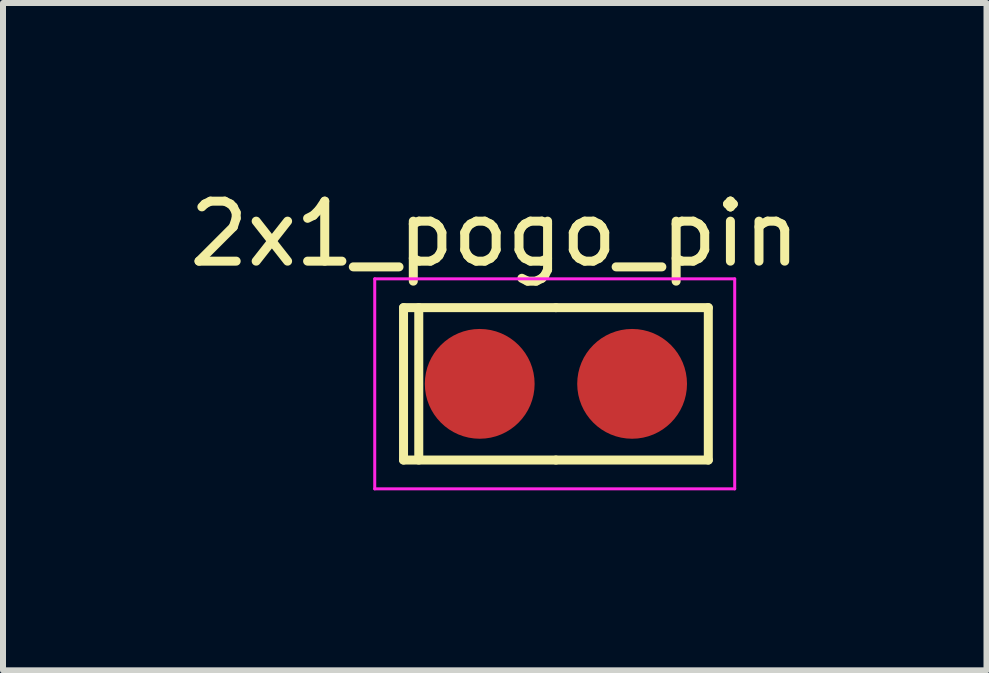
<source format=kicad_pcb>
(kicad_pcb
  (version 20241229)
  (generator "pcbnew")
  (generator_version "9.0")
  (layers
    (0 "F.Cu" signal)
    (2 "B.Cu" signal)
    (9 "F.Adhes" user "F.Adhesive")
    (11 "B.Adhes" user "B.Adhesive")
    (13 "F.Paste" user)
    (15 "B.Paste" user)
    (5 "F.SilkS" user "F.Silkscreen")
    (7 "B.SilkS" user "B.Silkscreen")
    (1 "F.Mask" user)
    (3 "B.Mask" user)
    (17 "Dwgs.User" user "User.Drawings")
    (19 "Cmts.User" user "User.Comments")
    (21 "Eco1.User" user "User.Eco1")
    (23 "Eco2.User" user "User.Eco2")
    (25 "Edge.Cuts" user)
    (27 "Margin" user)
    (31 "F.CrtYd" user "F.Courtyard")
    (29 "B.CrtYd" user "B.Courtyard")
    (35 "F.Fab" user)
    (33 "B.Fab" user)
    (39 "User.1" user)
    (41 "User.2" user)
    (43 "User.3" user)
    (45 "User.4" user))
  (footprint "2x1_pogo_pin"
    (layer "F.Cu")
    (at 4.946 3.348)
    (property "Reference" "2x1_pogo_pin" (at 0.25 -2.5 0) (layer "F.SilkS") (effects (font (size 1 1) (thickness 0.15))))
    (attr through_hole)
    (fp_line (start -1.27 -1.27) (end -1.27 1.27) (stroke (width 0.15) (type solid)) (layer "F.SilkS"))
    (fp_line (start -1.27 1.27) (end 1.27 1.27) (stroke (width 0.15) (type solid)) (layer "F.SilkS"))
    (fp_line (start -1.016 -1.27) (end -1.016 1.27) (stroke (width 0.15) (type solid)) (layer "F.SilkS"))
    (fp_line (start 1.27 -1.27) (end -1.27 -1.27) (stroke (width 0.15) (type solid)) (layer "F.SilkS"))
    (fp_line (start 1.27 -1.27) (end 3.81 -1.27) (stroke (width 0.15) (type solid)) (layer "F.SilkS"))
    (fp_line (start 3.81 -1.27) (end 3.81 1.27) (stroke (width 0.15) (type solid)) (layer "F.SilkS"))
    (fp_line (start 3.81 1.27) (end 1.27 1.27) (stroke (width 0.15) (type solid)) (layer "F.SilkS"))
    (fp_line (start -1.75 -1.75) (end 4.25 -1.75) (stroke (width 0.05) (type solid)) (layer "F.CrtYd"))
    (fp_line (start -1.75 1.75) (end -1.75 -1.75) (stroke (width 0.05) (type solid)) (layer "F.CrtYd"))
    (fp_line (start 4.25 1.75) (end -1.75 1.75) (stroke (width 0.05) (type solid)) (layer "F.CrtYd"))
    (fp_line (start 4.25 1.75) (end 4.25 -1.75) (stroke (width 0.05) (type solid)) (layer "F.CrtYd"))
    (pad "1" smd circle (at 0 0) (size 1.83 1.83) (layers "F.Cu" "F.Mask" "F.Paste"))
    (pad "2" smd circle (at 2.54 0) (size 1.83 1.83) (layers "F.Cu" "F.Mask" "F.Paste")))
  (gr_rect
    (start -3 -3)
    (end 13.393 8.123)
    (stroke (width 0.1) (type default))
    (fill no)
    (layer "Edge.Cuts")))
</source>
